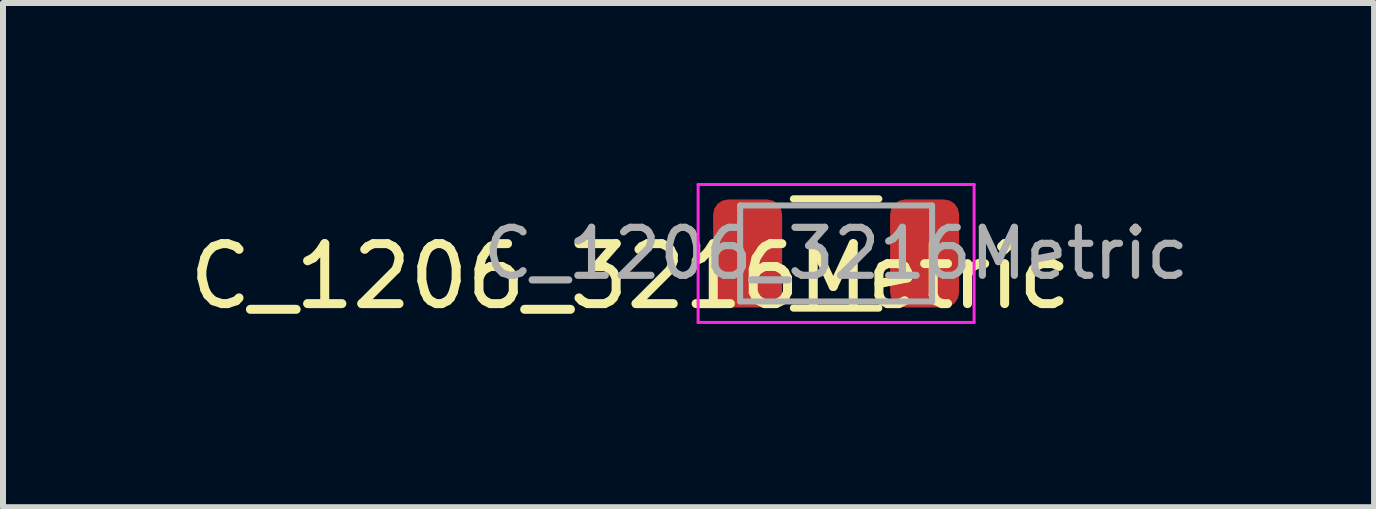
<source format=kicad_pcb>
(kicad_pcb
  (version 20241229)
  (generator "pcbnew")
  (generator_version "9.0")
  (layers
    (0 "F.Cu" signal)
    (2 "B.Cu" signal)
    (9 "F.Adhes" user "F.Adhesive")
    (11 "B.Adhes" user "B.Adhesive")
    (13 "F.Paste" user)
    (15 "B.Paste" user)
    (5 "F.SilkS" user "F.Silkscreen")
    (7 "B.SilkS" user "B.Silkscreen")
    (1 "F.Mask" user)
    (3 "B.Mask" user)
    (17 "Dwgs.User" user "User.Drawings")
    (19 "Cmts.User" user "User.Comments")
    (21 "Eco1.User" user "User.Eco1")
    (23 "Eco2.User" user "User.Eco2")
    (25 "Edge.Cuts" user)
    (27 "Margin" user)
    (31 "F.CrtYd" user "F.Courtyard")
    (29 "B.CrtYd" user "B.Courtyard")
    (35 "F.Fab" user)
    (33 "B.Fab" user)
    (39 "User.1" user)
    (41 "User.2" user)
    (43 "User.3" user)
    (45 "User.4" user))
  (footprint "C_1206_3216Metric"
    (layer "F.Cu")
    (at 10.887 1.175)
    (property "Reference" "C_1206_3216Metric" (at -3.429 0.381 0) (layer "F.SilkS") (effects (font (size 1 1) (thickness 0.15))))
    (attr smd)
    (fp_line (start -0.711 -0.91) (end 0.711 -0.91) (stroke (width 0.12) (type solid)) (layer "F.SilkS"))
    (fp_line (start -0.711 0.91) (end 0.711 0.91) (stroke (width 0.12) (type solid)) (layer "F.SilkS"))
    (fp_line (start -2.3 -1.15) (end 2.3 -1.15) (stroke (width 0.05) (type solid)) (layer "F.CrtYd"))
    (fp_line (start -2.3 1.15) (end -2.3 -1.15) (stroke (width 0.05) (type solid)) (layer "F.CrtYd"))
    (fp_line (start 2.3 -1.15) (end 2.3 1.15) (stroke (width 0.05) (type solid)) (layer "F.CrtYd"))
    (fp_line (start 2.3 1.15) (end -2.3 1.15) (stroke (width 0.05) (type solid)) (layer "F.CrtYd"))
    (fp_line (start -1.6 -0.8) (end 1.6 -0.8) (stroke (width 0.1) (type solid)) (layer "F.Fab"))
    (fp_line (start -1.6 0.8) (end -1.6 -0.8) (stroke (width 0.1) (type solid)) (layer "F.Fab"))
    (fp_line (start 1.6 -0.8) (end 1.6 0.8) (stroke (width 0.1) (type solid)) (layer "F.Fab"))
    (fp_line (start 1.6 0.8) (end -1.6 0.8) (stroke (width 0.1) (type solid)) (layer "F.Fab"))
    (fp_text user "${REFERENCE}" (at 0 0 0) (layer "F.Fab") (effects (font (size 0.8 0.8) (thickness 0.12))))
    (pad "1" smd roundrect (at -1.475 0 180) (size 1.15 1.8) (layers "F.Cu" "F.Mask" "F.Paste") (roundrect_rratio 0.217))
    (pad "2" smd roundrect (at 1.475 0 180) (size 1.15 1.8) (layers "F.Cu" "F.Mask" "F.Paste") (roundrect_rratio 0.217)))
  (gr_rect
    (start -3 -3)
    (end 19.854 5.404)
    (stroke (width 0.1) (type default))
    (fill no)
    (layer "Edge.Cuts")))
</source>
